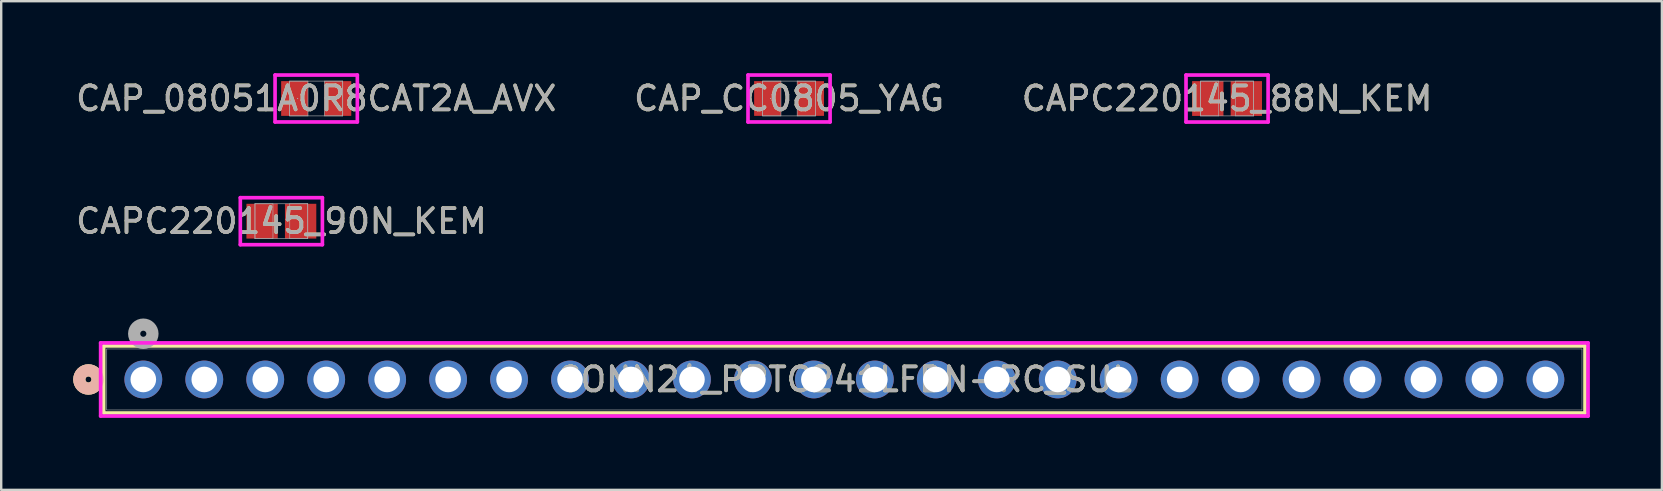
<source format=kicad_pcb>
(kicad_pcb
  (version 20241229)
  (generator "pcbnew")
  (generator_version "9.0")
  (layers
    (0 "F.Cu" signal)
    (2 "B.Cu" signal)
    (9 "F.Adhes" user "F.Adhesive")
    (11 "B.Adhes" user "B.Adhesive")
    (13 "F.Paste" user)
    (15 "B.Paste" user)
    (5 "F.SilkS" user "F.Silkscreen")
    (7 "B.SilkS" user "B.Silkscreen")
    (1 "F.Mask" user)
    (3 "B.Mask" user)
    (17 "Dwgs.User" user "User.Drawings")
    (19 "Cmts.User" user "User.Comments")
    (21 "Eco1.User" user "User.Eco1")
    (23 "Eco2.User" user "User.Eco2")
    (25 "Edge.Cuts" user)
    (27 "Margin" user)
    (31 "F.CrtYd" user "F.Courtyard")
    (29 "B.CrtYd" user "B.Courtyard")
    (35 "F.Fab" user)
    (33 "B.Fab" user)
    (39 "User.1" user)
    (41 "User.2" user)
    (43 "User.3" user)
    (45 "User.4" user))
  (footprint "CAPC220145_90N_KEM"
    (layer "F.Cu")
    (at 8.673 6.166)
    (property "Reference" "CAPC220145_90N_KEM" (at 0 0 0) (unlocked yes) (layer "F.SilkS") (effects (font (size 1 1) (thickness 0.15))))
    (attr smd)
    (fp_line (start -1.71 -0.979) (end 1.71 -0.979) (stroke (width 0.152) (type solid)) (layer "F.CrtYd"))
    (fp_line (start -1.71 0.979) (end -1.71 -0.979) (stroke (width 0.152) (type solid)) (layer "F.CrtYd"))
    (fp_line (start 1.71 -0.979) (end 1.71 0.979) (stroke (width 0.152) (type solid)) (layer "F.CrtYd"))
    (fp_line (start 1.71 0.979) (end -1.71 0.979) (stroke (width 0.152) (type solid)) (layer "F.CrtYd"))
    (fp_line (start -1.1 -0.725) (end -1.1 0.725) (stroke (width 0.025) (type solid)) (layer "F.Fab"))
    (fp_line (start -1.1 -0.725) (end -1.1 0.725) (stroke (width 0.025) (type solid)) (layer "F.Fab"))
    (fp_line (start -1.1 0.725) (end -0.35 0.725) (stroke (width 0.025) (type solid)) (layer "F.Fab"))
    (fp_line (start -1.1 0.725) (end 1.1 0.725) (stroke (width 0.025) (type solid)) (layer "F.Fab"))
    (fp_line (start -0.35 -0.725) (end -1.1 -0.725) (stroke (width 0.025) (type solid)) (layer "F.Fab"))
    (fp_line (start -0.35 0.725) (end -0.35 -0.725) (stroke (width 0.025) (type solid)) (layer "F.Fab"))
    (fp_line (start 0.35 -0.725) (end 0.35 0.725) (stroke (width 0.025) (type solid)) (layer "F.Fab"))
    (fp_line (start 0.35 0.725) (end 1.1 0.725) (stroke (width 0.025) (type solid)) (layer "F.Fab"))
    (fp_line (start 1.1 -0.725) (end -1.1 -0.725) (stroke (width 0.025) (type solid)) (layer "F.Fab"))
    (fp_line (start 1.1 -0.725) (end 0.35 -0.725) (stroke (width 0.025) (type solid)) (layer "F.Fab"))
    (fp_line (start 1.1 0.725) (end 1.1 -0.725) (stroke (width 0.025) (type solid)) (layer "F.Fab"))
    (fp_line (start 1.1 0.725) (end 1.1 -0.725) (stroke (width 0.025) (type solid)) (layer "F.Fab"))
    (fp_text user "${REFERENCE}" (at 0 0 0) (unlocked yes) (layer "F.Fab") (effects (font (size 1 1) (thickness 0.15))))
    (pad "1" smd rect (at -0.803 0) (size 1.306 1.45) (layers "F.Cu" "F.Mask" "F.Paste"))
    (pad "2" smd rect (at 0.803 0) (size 1.306 1.45) (layers "F.Cu" "F.Mask" "F.Paste"))
    (zone (net_name "") (layer "F.Cu") (hatch full 0.508) (connect_pads) (min_thickness 0.254) (filled_areas_thickness no) (keepout (tracks not_allowed) (vias not_allowed) (pads allowed) (copperpour not_allowed) (footprints allowed)) (placement (enabled no)) (fill) (polygon (pts (xy 8.573 5.491) (xy 8.772 5.491) (xy 8.772 6.84) (xy 8.573 6.84)))))
  (footprint "CAPC220145_88N_KEM"
    (layer "F.Cu")
    (at 48.077 1.055)
    (property "Reference" "CAPC220145_88N_KEM" (at 0 0 0) (unlocked yes) (layer "F.SilkS") (effects (font (size 1 1) (thickness 0.15))))
    (attr smd)
    (fp_line (start -1.71 -0.979) (end 1.71 -0.979) (stroke (width 0.152) (type solid)) (layer "F.CrtYd"))
    (fp_line (start -1.71 0.979) (end -1.71 -0.979) (stroke (width 0.152) (type solid)) (layer "F.CrtYd"))
    (fp_line (start 1.71 -0.979) (end 1.71 0.979) (stroke (width 0.152) (type solid)) (layer "F.CrtYd"))
    (fp_line (start 1.71 0.979) (end -1.71 0.979) (stroke (width 0.152) (type solid)) (layer "F.CrtYd"))
    (fp_line (start -1.1 -0.725) (end -1.1 0.725) (stroke (width 0.025) (type solid)) (layer "F.Fab"))
    (fp_line (start -1.1 -0.725) (end -1.1 0.725) (stroke (width 0.025) (type solid)) (layer "F.Fab"))
    (fp_line (start -1.1 0.725) (end -0.35 0.725) (stroke (width 0.025) (type solid)) (layer "F.Fab"))
    (fp_line (start -1.1 0.725) (end 1.1 0.725) (stroke (width 0.025) (type solid)) (layer "F.Fab"))
    (fp_line (start -0.35 -0.725) (end -1.1 -0.725) (stroke (width 0.025) (type solid)) (layer "F.Fab"))
    (fp_line (start -0.35 0.725) (end -0.35 -0.725) (stroke (width 0.025) (type solid)) (layer "F.Fab"))
    (fp_line (start 0.35 -0.725) (end 0.35 0.725) (stroke (width 0.025) (type solid)) (layer "F.Fab"))
    (fp_line (start 0.35 0.725) (end 1.1 0.725) (stroke (width 0.025) (type solid)) (layer "F.Fab"))
    (fp_line (start 1.1 -0.725) (end -1.1 -0.725) (stroke (width 0.025) (type solid)) (layer "F.Fab"))
    (fp_line (start 1.1 -0.725) (end 0.35 -0.725) (stroke (width 0.025) (type solid)) (layer "F.Fab"))
    (fp_line (start 1.1 0.725) (end 1.1 -0.725) (stroke (width 0.025) (type solid)) (layer "F.Fab"))
    (fp_line (start 1.1 0.725) (end 1.1 -0.725) (stroke (width 0.025) (type solid)) (layer "F.Fab"))
    (fp_text user "${REFERENCE}" (at 0 0 0) (unlocked yes) (layer "F.Fab") (effects (font (size 1 1) (thickness 0.15))))
    (pad "1" smd rect (at -0.803 0) (size 1.306 1.45) (layers "F.Cu" "F.Mask" "F.Paste"))
    (pad "2" smd rect (at 0.803 0) (size 1.306 1.45) (layers "F.Cu" "F.Mask" "F.Paste"))
    (zone (net_name "") (layer "F.Cu") (hatch full 0.508) (connect_pads) (min_thickness 0.254) (filled_areas_thickness no) (keepout (tracks not_allowed) (vias not_allowed) (pads allowed) (copperpour not_allowed) (footprints allowed)) (placement (enabled no)) (fill) (polygon (pts (xy 47.978 0.381) (xy 48.177 0.381) (xy 48.177 1.729) (xy 47.978 1.729)))))
  (footprint "CAP_08051A0R8CAT2A_AVX"
    (layer "F.Cu")
    (at 10.125 1.054)
    (property "Reference" "CAP_08051A0R8CAT2A_AVX" (at 0 0 0) (unlocked yes) (layer "F.SilkS") (effects (font (size 1 1) (thickness 0.15))))
    (attr smd)
    (fp_line (start -1.714 -0.978) (end 1.714 -0.978) (stroke (width 0.152) (type solid)) (layer "F.CrtYd"))
    (fp_line (start -1.714 0.978) (end -1.714 -0.978) (stroke (width 0.152) (type solid)) (layer "F.CrtYd"))
    (fp_line (start 1.714 -0.978) (end 1.714 0.978) (stroke (width 0.152) (type solid)) (layer "F.CrtYd"))
    (fp_line (start 1.714 0.978) (end -1.714 0.978) (stroke (width 0.152) (type solid)) (layer "F.CrtYd"))
    (fp_line (start -1.105 -0.724) (end -1.105 0.724) (stroke (width 0.025) (type solid)) (layer "F.Fab"))
    (fp_line (start -1.105 -0.724) (end -1.105 0.724) (stroke (width 0.025) (type solid)) (layer "F.Fab"))
    (fp_line (start -1.105 0.724) (end -0.343 0.724) (stroke (width 0.025) (type solid)) (layer "F.Fab"))
    (fp_line (start -1.105 0.724) (end 1.105 0.724) (stroke (width 0.025) (type solid)) (layer "F.Fab"))
    (fp_line (start -0.343 -0.724) (end -1.105 -0.724) (stroke (width 0.025) (type solid)) (layer "F.Fab"))
    (fp_line (start -0.343 0.724) (end -0.343 -0.724) (stroke (width 0.025) (type solid)) (layer "F.Fab"))
    (fp_line (start 0.343 -0.724) (end 0.343 0.724) (stroke (width 0.025) (type solid)) (layer "F.Fab"))
    (fp_line (start 0.343 0.724) (end 1.105 0.724) (stroke (width 0.025) (type solid)) (layer "F.Fab"))
    (fp_line (start 1.105 -0.724) (end -1.105 -0.724) (stroke (width 0.025) (type solid)) (layer "F.Fab"))
    (fp_line (start 1.105 -0.724) (end 0.343 -0.724) (stroke (width 0.025) (type solid)) (layer "F.Fab"))
    (fp_line (start 1.105 0.724) (end 1.105 -0.724) (stroke (width 0.025) (type solid)) (layer "F.Fab"))
    (fp_line (start 1.105 0.724) (end 1.105 -0.724) (stroke (width 0.025) (type solid)) (layer "F.Fab"))
    (fp_circle (center -0.775 0) (end -0.775 0) (stroke (width 0.025) (type solid)) (fill no) (layer "F.Fab"))
    (fp_text user "${REFERENCE}" (at 0 0 0) (unlocked yes) (layer "F.Fab") (effects (font (size 1 1) (thickness 0.15))))
    (pad "1" smd rect (at -0.902 0) (size 1.118 1.448) (layers "F.Cu" "F.Mask" "F.Paste"))
    (pad "2" smd rect (at 0.902 0) (size 1.118 1.448) (layers "F.Cu" "F.Mask" "F.Paste"))
    (zone (net_name "") (layer "F.Cu") (hatch full 0.508) (connect_pads) (min_thickness 0.254) (filled_areas_thickness no) (keepout (tracks not_allowed) (vias not_allowed) (pads allowed) (copperpour not_allowed) (footprints allowed)) (placement (enabled no)) (fill) (polygon (pts (xy 9.833 0.381) (xy 10.417 0.381) (xy 10.417 1.727) (xy 9.833 1.727)))))
  (footprint "CONN24_PPTC241LFBN-RC_SUL"
    (layer "F.Cu")
    (at 2.921 12.761)
    (property "Reference" "CONN24_PPTC241LFBN-RC_SUL" (at 29.21 0 0) (unlocked yes) (layer "F.SilkS") (effects (font (size 1 1) (thickness 0.15))))
    (attr through_hole)
    (fp_line (start -1.651 -1.397) (end -1.651 1.397) (stroke (width 0.152) (type solid)) (layer "F.SilkS"))
    (fp_line (start -1.651 1.397) (end 60.071 1.397) (stroke (width 0.152) (type solid)) (layer "F.SilkS"))
    (fp_line (start 60.071 -1.397) (end -1.651 -1.397) (stroke (width 0.152) (type solid)) (layer "F.SilkS"))
    (fp_line (start 60.071 1.397) (end 60.071 -1.397) (stroke (width 0.152) (type solid)) (layer "F.SilkS"))
    (fp_circle (center -2.286 0) (end -1.905 0) (stroke (width 0.508) (type solid)) (fill no) (layer "F.SilkS"))
    (fp_circle (center -2.286 0) (end -1.905 0) (stroke (width 0.508) (type solid)) (fill no) (layer "B.SilkS"))
    (fp_line (start -1.778 -1.524) (end -1.778 1.524) (stroke (width 0.152) (type solid)) (layer "F.CrtYd"))
    (fp_line (start -1.778 1.524) (end 60.198 1.524) (stroke (width 0.152) (type solid)) (layer "F.CrtYd"))
    (fp_line (start 60.198 -1.524) (end -1.778 -1.524) (stroke (width 0.152) (type solid)) (layer "F.CrtYd"))
    (fp_line (start 60.198 1.524) (end 60.198 -1.524) (stroke (width 0.152) (type solid)) (layer "F.CrtYd"))
    (fp_line (start -1.524 -1.27) (end -1.524 1.27) (stroke (width 0.025) (type solid)) (layer "F.Fab"))
    (fp_line (start -1.524 1.27) (end 59.944 1.27) (stroke (width 0.025) (type solid)) (layer "F.Fab"))
    (fp_line (start 59.944 -1.27) (end -1.524 -1.27) (stroke (width 0.025) (type solid)) (layer "F.Fab"))
    (fp_line (start 59.944 1.27) (end 59.944 -1.27) (stroke (width 0.025) (type solid)) (layer "F.Fab"))
    (fp_circle (center 0 -1.905) (end 0.381 -1.905) (stroke (width 0.508) (type solid)) (fill no) (layer "F.Fab"))
    (fp_text user "${REFERENCE}" (at 29.21 0 0) (unlocked yes) (layer "F.Fab") (effects (font (size 1 1) (thickness 0.15))))
    (pad "1" thru_hole circle (at 0 0) (size 1.575 1.575) (drill 1.067) (layers "*.Cu" "*.Mask"))
    (pad "2" thru_hole circle (at 2.54 0) (size 1.575 1.575) (drill 1.067) (layers "*.Cu" "*.Mask"))
    (pad "3" thru_hole circle (at 5.08 0) (size 1.575 1.575) (drill 1.067) (layers "*.Cu" "*.Mask"))
    (pad "4" thru_hole circle (at 7.62 0) (size 1.575 1.575) (drill 1.067) (layers "*.Cu" "*.Mask"))
    (pad "5" thru_hole circle (at 10.16 0) (size 1.575 1.575) (drill 1.067) (layers "*.Cu" "*.Mask"))
    (pad "6" thru_hole circle (at 12.7 0) (size 1.575 1.575) (drill 1.067) (layers "*.Cu" "*.Mask"))
    (pad "7" thru_hole circle (at 15.24 0) (size 1.575 1.575) (drill 1.067) (layers "*.Cu" "*.Mask"))
    (pad "8" thru_hole circle (at 17.78 0) (size 1.575 1.575) (drill 1.067) (layers "*.Cu" "*.Mask"))
    (pad "9" thru_hole circle (at 20.32 0) (size 1.575 1.575) (drill 1.067) (layers "*.Cu" "*.Mask"))
    (pad "10" thru_hole circle (at 22.86 0) (size 1.575 1.575) (drill 1.067) (layers "*.Cu" "*.Mask"))
    (pad "11" thru_hole circle (at 25.4 0) (size 1.575 1.575) (drill 1.067) (layers "*.Cu" "*.Mask"))
    (pad "12" thru_hole circle (at 27.94 0) (size 1.575 1.575) (drill 1.067) (layers "*.Cu" "*.Mask"))
    (pad "13" thru_hole circle (at 30.48 0) (size 1.575 1.575) (drill 1.067) (layers "*.Cu" "*.Mask"))
    (pad "14" thru_hole circle (at 33.02 0) (size 1.575 1.575) (drill 1.067) (layers "*.Cu" "*.Mask"))
    (pad "15" thru_hole circle (at 35.56 0) (size 1.575 1.575) (drill 1.067) (layers "*.Cu" "*.Mask"))
    (pad "16" thru_hole circle (at 38.1 0) (size 1.575 1.575) (drill 1.067) (layers "*.Cu" "*.Mask"))
    (pad "17" thru_hole circle (at 40.64 0) (size 1.575 1.575) (drill 1.067) (layers "*.Cu" "*.Mask"))
    (pad "18" thru_hole circle (at 43.18 0) (size 1.575 1.575) (drill 1.067) (layers "*.Cu" "*.Mask"))
    (pad "19" thru_hole circle (at 45.72 0) (size 1.575 1.575) (drill 1.067) (layers "*.Cu" "*.Mask"))
    (pad "20" thru_hole circle (at 48.26 0) (size 1.575 1.575) (drill 1.067) (layers "*.Cu" "*.Mask"))
    (pad "21" thru_hole circle (at 50.8 0) (size 1.575 1.575) (drill 1.067) (layers "*.Cu" "*.Mask"))
    (pad "22" thru_hole circle (at 53.34 0) (size 1.575 1.575) (drill 1.067) (layers "*.Cu" "*.Mask"))
    (pad "23" thru_hole circle (at 55.88 0) (size 1.575 1.575) (drill 1.067) (layers "*.Cu" "*.Mask"))
    (pad "24" thru_hole circle (at 58.42 0) (size 1.575 1.575) (drill 1.067) (layers "*.Cu" "*.Mask")))
  (footprint "CAP_CC0805_YAG"
    (layer "F.Cu")
    (at 29.827 1.054)
    (property "Reference" "CAP_CC0805_YAG" (at 0 0 0) (unlocked yes) (layer "F.SilkS") (effects (font (size 1 1) (thickness 0.15))))
    (attr smd)
    (fp_line (start -1.71 -0.978) (end 1.71 -0.978) (stroke (width 0.152) (type solid)) (layer "F.CrtYd"))
    (fp_line (start -1.71 0.978) (end -1.71 -0.978) (stroke (width 0.152) (type solid)) (layer "F.CrtYd"))
    (fp_line (start 1.71 -0.978) (end 1.71 0.978) (stroke (width 0.152) (type solid)) (layer "F.CrtYd"))
    (fp_line (start 1.71 0.978) (end -1.71 0.978) (stroke (width 0.152) (type solid)) (layer "F.CrtYd"))
    (fp_line (start -1.1 -0.724) (end -1.1 0.724) (stroke (width 0.025) (type solid)) (layer "F.Fab"))
    (fp_line (start -1.1 -0.724) (end -1.1 0.724) (stroke (width 0.025) (type solid)) (layer "F.Fab"))
    (fp_line (start -1.1 0.724) (end -0.338 0.724) (stroke (width 0.025) (type solid)) (layer "F.Fab"))
    (fp_line (start -1.1 0.724) (end 1.1 0.724) (stroke (width 0.025) (type solid)) (layer "F.Fab"))
    (fp_line (start -0.338 -0.724) (end -1.1 -0.724) (stroke (width 0.025) (type solid)) (layer "F.Fab"))
    (fp_line (start -0.338 0.724) (end -0.338 -0.724) (stroke (width 0.025) (type solid)) (layer "F.Fab"))
    (fp_line (start 0.338 -0.724) (end 0.338 0.724) (stroke (width 0.025) (type solid)) (layer "F.Fab"))
    (fp_line (start 0.338 0.724) (end 1.1 0.724) (stroke (width 0.025) (type solid)) (layer "F.Fab"))
    (fp_line (start 1.1 -0.724) (end -1.1 -0.724) (stroke (width 0.025) (type solid)) (layer "F.Fab"))
    (fp_line (start 1.1 -0.724) (end 0.338 -0.724) (stroke (width 0.025) (type solid)) (layer "F.Fab"))
    (fp_line (start 1.1 0.724) (end 1.1 -0.724) (stroke (width 0.025) (type solid)) (layer "F.Fab"))
    (fp_line (start 1.1 0.724) (end 1.1 -0.724) (stroke (width 0.025) (type solid)) (layer "F.Fab"))
    (fp_circle (center -0.77 0) (end -0.77 0) (stroke (width 0.025) (type solid)) (fill no) (layer "F.Fab"))
    (fp_text user "${REFERENCE}" (at 0 0 0) (unlocked yes) (layer "F.Fab") (effects (font (size 1 1) (thickness 0.15))))
    (pad "1" smd rect (at -0.897 0) (size 1.118 1.448) (layers "F.Cu" "F.Mask" "F.Paste"))
    (pad "2" smd rect (at 0.897 0) (size 1.118 1.448) (layers "F.Cu" "F.Mask" "F.Paste"))
    (zone (net_name "") (layer "F.Cu") (hatch full 0.508) (connect_pads) (min_thickness 0.254) (filled_areas_thickness no) (keepout (tracks not_allowed) (vias not_allowed) (pads allowed) (copperpour not_allowed) (footprints allowed)) (placement (enabled no)) (fill) (polygon (pts (xy 29.54 0.381) (xy 30.115 0.381) (xy 30.115 1.727) (xy 29.54 1.727)))))
  (gr_rect
    (start -3 -3)
    (end 66.195 17.361)
    (stroke (width 0.1) (type default))
    (fill no)
    (layer "Edge.Cuts")))
</source>
